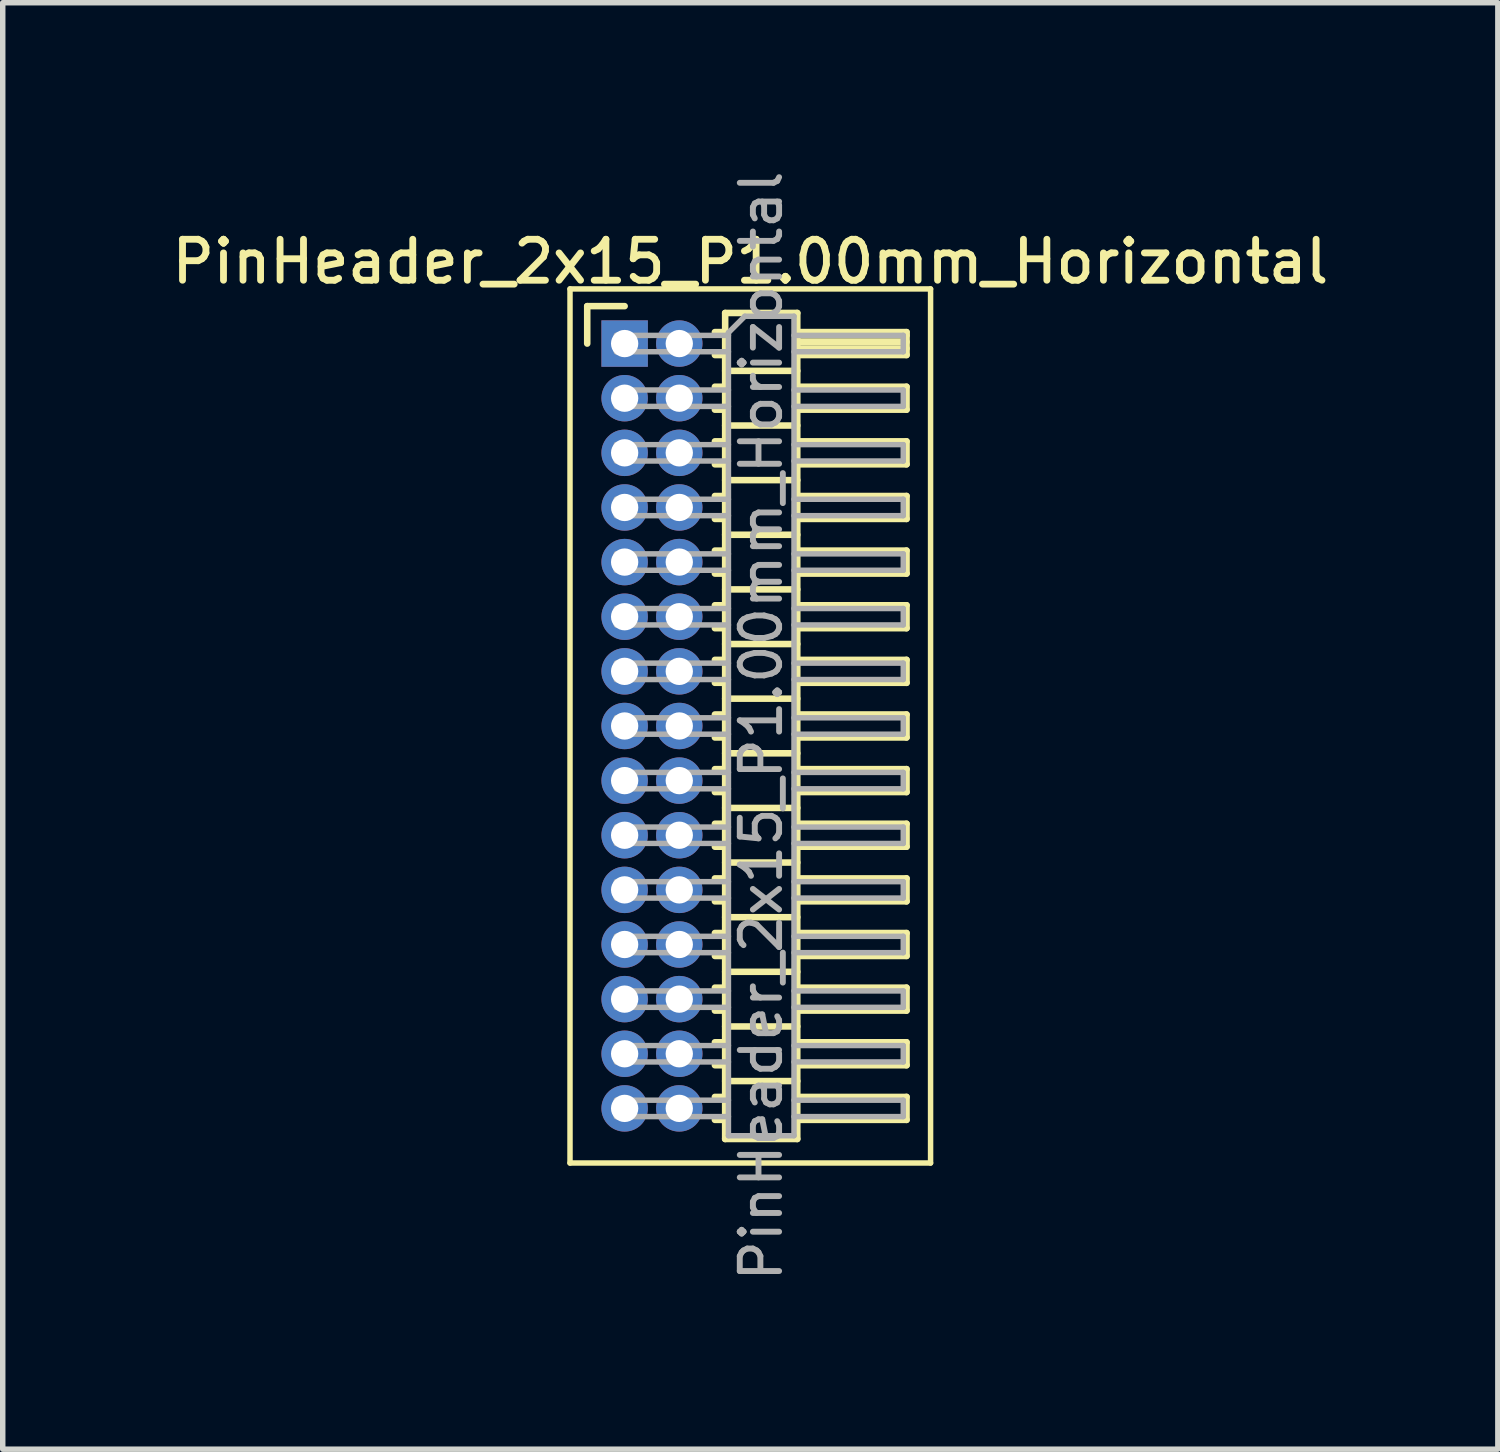
<source format=kicad_pcb>
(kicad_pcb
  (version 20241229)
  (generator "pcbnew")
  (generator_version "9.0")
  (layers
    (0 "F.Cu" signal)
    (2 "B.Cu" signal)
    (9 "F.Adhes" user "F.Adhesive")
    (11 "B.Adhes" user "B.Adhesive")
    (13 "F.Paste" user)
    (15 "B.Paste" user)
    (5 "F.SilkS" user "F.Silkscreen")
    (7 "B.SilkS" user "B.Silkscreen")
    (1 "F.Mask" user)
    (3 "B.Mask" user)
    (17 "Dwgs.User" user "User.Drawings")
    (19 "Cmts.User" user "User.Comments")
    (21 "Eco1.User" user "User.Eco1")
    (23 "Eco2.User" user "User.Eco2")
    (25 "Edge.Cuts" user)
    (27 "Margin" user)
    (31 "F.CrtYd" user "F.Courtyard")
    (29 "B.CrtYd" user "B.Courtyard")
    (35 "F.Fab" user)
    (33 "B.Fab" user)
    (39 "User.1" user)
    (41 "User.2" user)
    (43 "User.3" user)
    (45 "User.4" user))
  (footprint "PinHeader_2x15_P1.00mm_Horizontal"
    (layer "F.Cu")
    (at 8.384 3.239)
    (property "Reference" "PinHeader_2x15_P1.00mm_Horizontal" (at 2.3 -1.5 0) (layer "F.SilkS") (effects (font (size 0.75 0.75) (thickness 0.125))))
    (attr through_hole)
    (fp_line (start -1 -1) (end -1 15) (stroke (width 0.1) (type solid)) (layer "F.SilkS"))
    (fp_line (start -1 15) (end 5.6 15) (stroke (width 0.1) (type solid)) (layer "F.SilkS"))
    (fp_line (start -0.685 -0.685) (end 0 -0.685) (stroke (width 0.12) (type solid)) (layer "F.SilkS"))
    (fp_line (start -0.685 0) (end -0.685 -0.685) (stroke (width 0.12) (type solid)) (layer "F.SilkS"))
    (fp_line (start 1.652 -0.21) (end 1.84 -0.21) (stroke (width 0.12) (type solid)) (layer "F.SilkS"))
    (fp_line (start 1.652 0.21) (end 1.84 0.21) (stroke (width 0.12) (type solid)) (layer "F.SilkS"))
    (fp_line (start 1.652 0.79) (end 1.84 0.79) (stroke (width 0.12) (type solid)) (layer "F.SilkS"))
    (fp_line (start 1.652 1.21) (end 1.84 1.21) (stroke (width 0.12) (type solid)) (layer "F.SilkS"))
    (fp_line (start 1.652 1.79) (end 1.84 1.79) (stroke (width 0.12) (type solid)) (layer "F.SilkS"))
    (fp_line (start 1.652 2.21) (end 1.84 2.21) (stroke (width 0.12) (type solid)) (layer "F.SilkS"))
    (fp_line (start 1.652 2.79) (end 1.84 2.79) (stroke (width 0.12) (type solid)) (layer "F.SilkS"))
    (fp_line (start 1.652 3.21) (end 1.84 3.21) (stroke (width 0.12) (type solid)) (layer "F.SilkS"))
    (fp_line (start 1.652 3.79) (end 1.84 3.79) (stroke (width 0.12) (type solid)) (layer "F.SilkS"))
    (fp_line (start 1.652 4.21) (end 1.84 4.21) (stroke (width 0.12) (type solid)) (layer "F.SilkS"))
    (fp_line (start 1.652 4.79) (end 1.84 4.79) (stroke (width 0.12) (type solid)) (layer "F.SilkS"))
    (fp_line (start 1.652 5.21) (end 1.84 5.21) (stroke (width 0.12) (type solid)) (layer "F.SilkS"))
    (fp_line (start 1.652 5.79) (end 1.84 5.79) (stroke (width 0.12) (type solid)) (layer "F.SilkS"))
    (fp_line (start 1.652 6.21) (end 1.84 6.21) (stroke (width 0.12) (type solid)) (layer "F.SilkS"))
    (fp_line (start 1.652 6.79) (end 1.84 6.79) (stroke (width 0.12) (type solid)) (layer "F.SilkS"))
    (fp_line (start 1.652 7.21) (end 1.84 7.21) (stroke (width 0.12) (type solid)) (layer "F.SilkS"))
    (fp_line (start 1.652 7.79) (end 1.84 7.79) (stroke (width 0.12) (type solid)) (layer "F.SilkS"))
    (fp_line (start 1.652 8.21) (end 1.84 8.21) (stroke (width 0.12) (type solid)) (layer "F.SilkS"))
    (fp_line (start 1.652 8.79) (end 1.84 8.79) (stroke (width 0.12) (type solid)) (layer "F.SilkS"))
    (fp_line (start 1.652 9.21) (end 1.84 9.21) (stroke (width 0.12) (type solid)) (layer "F.SilkS"))
    (fp_line (start 1.652 9.79) (end 1.84 9.79) (stroke (width 0.12) (type solid)) (layer "F.SilkS"))
    (fp_line (start 1.652 10.21) (end 1.84 10.21) (stroke (width 0.12) (type solid)) (layer "F.SilkS"))
    (fp_line (start 1.652 10.79) (end 1.84 10.79) (stroke (width 0.12) (type solid)) (layer "F.SilkS"))
    (fp_line (start 1.652 11.21) (end 1.84 11.21) (stroke (width 0.12) (type solid)) (layer "F.SilkS"))
    (fp_line (start 1.652 11.79) (end 1.84 11.79) (stroke (width 0.12) (type solid)) (layer "F.SilkS"))
    (fp_line (start 1.652 12.21) (end 1.84 12.21) (stroke (width 0.12) (type solid)) (layer "F.SilkS"))
    (fp_line (start 1.652 12.79) (end 1.84 12.79) (stroke (width 0.12) (type solid)) (layer "F.SilkS"))
    (fp_line (start 1.652 13.21) (end 1.84 13.21) (stroke (width 0.12) (type solid)) (layer "F.SilkS"))
    (fp_line (start 1.652 13.79) (end 1.84 13.79) (stroke (width 0.12) (type solid)) (layer "F.SilkS"))
    (fp_line (start 1.652 14.21) (end 1.84 14.21) (stroke (width 0.12) (type solid)) (layer "F.SilkS"))
    (fp_line (start 1.84 -0.56) (end 1.84 14.56) (stroke (width 0.12) (type solid)) (layer "F.SilkS"))
    (fp_line (start 1.84 0.5) (end 3.16 0.5) (stroke (width 0.12) (type solid)) (layer "F.SilkS"))
    (fp_line (start 1.84 1.5) (end 3.16 1.5) (stroke (width 0.12) (type solid)) (layer "F.SilkS"))
    (fp_line (start 1.84 2.5) (end 3.16 2.5) (stroke (width 0.12) (type solid)) (layer "F.SilkS"))
    (fp_line (start 1.84 3.5) (end 3.16 3.5) (stroke (width 0.12) (type solid)) (layer "F.SilkS"))
    (fp_line (start 1.84 4.5) (end 3.16 4.5) (stroke (width 0.12) (type solid)) (layer "F.SilkS"))
    (fp_line (start 1.84 5.5) (end 3.16 5.5) (stroke (width 0.12) (type solid)) (layer "F.SilkS"))
    (fp_line (start 1.84 6.5) (end 3.16 6.5) (stroke (width 0.12) (type solid)) (layer "F.SilkS"))
    (fp_line (start 1.84 7.5) (end 3.16 7.5) (stroke (width 0.12) (type solid)) (layer "F.SilkS"))
    (fp_line (start 1.84 8.5) (end 3.16 8.5) (stroke (width 0.12) (type solid)) (layer "F.SilkS"))
    (fp_line (start 1.84 9.5) (end 3.16 9.5) (stroke (width 0.12) (type solid)) (layer "F.SilkS"))
    (fp_line (start 1.84 10.5) (end 3.16 10.5) (stroke (width 0.12) (type solid)) (layer "F.SilkS"))
    (fp_line (start 1.84 11.5) (end 3.16 11.5) (stroke (width 0.12) (type solid)) (layer "F.SilkS"))
    (fp_line (start 1.84 12.5) (end 3.16 12.5) (stroke (width 0.12) (type solid)) (layer "F.SilkS"))
    (fp_line (start 1.84 13.5) (end 3.16 13.5) (stroke (width 0.12) (type solid)) (layer "F.SilkS"))
    (fp_line (start 1.84 14.56) (end 3.16 14.56) (stroke (width 0.12) (type solid)) (layer "F.SilkS"))
    (fp_line (start 3.16 -0.56) (end 1.84 -0.56) (stroke (width 0.12) (type solid)) (layer "F.SilkS"))
    (fp_line (start 3.16 -0.21) (end 5.16 -0.21) (stroke (width 0.12) (type solid)) (layer "F.SilkS"))
    (fp_line (start 3.16 -0.15) (end 5.16 -0.15) (stroke (width 0.12) (type solid)) (layer "F.SilkS"))
    (fp_line (start 3.16 -0.03) (end 5.16 -0.03) (stroke (width 0.12) (type solid)) (layer "F.SilkS"))
    (fp_line (start 3.16 0.09) (end 5.16 0.09) (stroke (width 0.12) (type solid)) (layer "F.SilkS"))
    (fp_line (start 3.16 0.79) (end 5.16 0.79) (stroke (width 0.12) (type solid)) (layer "F.SilkS"))
    (fp_line (start 3.16 1.79) (end 5.16 1.79) (stroke (width 0.12) (type solid)) (layer "F.SilkS"))
    (fp_line (start 3.16 2.79) (end 5.16 2.79) (stroke (width 0.12) (type solid)) (layer "F.SilkS"))
    (fp_line (start 3.16 3.79) (end 5.16 3.79) (stroke (width 0.12) (type solid)) (layer "F.SilkS"))
    (fp_line (start 3.16 4.79) (end 5.16 4.79) (stroke (width 0.12) (type solid)) (layer "F.SilkS"))
    (fp_line (start 3.16 5.79) (end 5.16 5.79) (stroke (width 0.12) (type solid)) (layer "F.SilkS"))
    (fp_line (start 3.16 6.79) (end 5.16 6.79) (stroke (width 0.12) (type solid)) (layer "F.SilkS"))
    (fp_line (start 3.16 7.79) (end 5.16 7.79) (stroke (width 0.12) (type solid)) (layer "F.SilkS"))
    (fp_line (start 3.16 8.79) (end 5.16 8.79) (stroke (width 0.12) (type solid)) (layer "F.SilkS"))
    (fp_line (start 3.16 9.79) (end 5.16 9.79) (stroke (width 0.12) (type solid)) (layer "F.SilkS"))
    (fp_line (start 3.16 10.79) (end 5.16 10.79) (stroke (width 0.12) (type solid)) (layer "F.SilkS"))
    (fp_line (start 3.16 11.79) (end 5.16 11.79) (stroke (width 0.12) (type solid)) (layer "F.SilkS"))
    (fp_line (start 3.16 12.79) (end 5.16 12.79) (stroke (width 0.12) (type solid)) (layer "F.SilkS"))
    (fp_line (start 3.16 13.79) (end 5.16 13.79) (stroke (width 0.12) (type solid)) (layer "F.SilkS"))
    (fp_line (start 3.16 14.56) (end 3.16 -0.56) (stroke (width 0.12) (type solid)) (layer "F.SilkS"))
    (fp_line (start 5.16 -0.21) (end 5.16 0.21) (stroke (width 0.12) (type solid)) (layer "F.SilkS"))
    (fp_line (start 5.16 0.21) (end 3.16 0.21) (stroke (width 0.12) (type solid)) (layer "F.SilkS"))
    (fp_line (start 5.16 0.79) (end 5.16 1.21) (stroke (width 0.12) (type solid)) (layer "F.SilkS"))
    (fp_line (start 5.16 1.21) (end 3.16 1.21) (stroke (width 0.12) (type solid)) (layer "F.SilkS"))
    (fp_line (start 5.16 1.79) (end 5.16 2.21) (stroke (width 0.12) (type solid)) (layer "F.SilkS"))
    (fp_line (start 5.16 2.21) (end 3.16 2.21) (stroke (width 0.12) (type solid)) (layer "F.SilkS"))
    (fp_line (start 5.16 2.79) (end 5.16 3.21) (stroke (width 0.12) (type solid)) (layer "F.SilkS"))
    (fp_line (start 5.16 3.21) (end 3.16 3.21) (stroke (width 0.12) (type solid)) (layer "F.SilkS"))
    (fp_line (start 5.16 3.79) (end 5.16 4.21) (stroke (width 0.12) (type solid)) (layer "F.SilkS"))
    (fp_line (start 5.16 4.21) (end 3.16 4.21) (stroke (width 0.12) (type solid)) (layer "F.SilkS"))
    (fp_line (start 5.16 4.79) (end 5.16 5.21) (stroke (width 0.12) (type solid)) (layer "F.SilkS"))
    (fp_line (start 5.16 5.21) (end 3.16 5.21) (stroke (width 0.12) (type solid)) (layer "F.SilkS"))
    (fp_line (start 5.16 5.79) (end 5.16 6.21) (stroke (width 0.12) (type solid)) (layer "F.SilkS"))
    (fp_line (start 5.16 6.21) (end 3.16 6.21) (stroke (width 0.12) (type solid)) (layer "F.SilkS"))
    (fp_line (start 5.16 6.79) (end 5.16 7.21) (stroke (width 0.12) (type solid)) (layer "F.SilkS"))
    (fp_line (start 5.16 7.21) (end 3.16 7.21) (stroke (width 0.12) (type solid)) (layer "F.SilkS"))
    (fp_line (start 5.16 7.79) (end 5.16 8.21) (stroke (width 0.12) (type solid)) (layer "F.SilkS"))
    (fp_line (start 5.16 8.21) (end 3.16 8.21) (stroke (width 0.12) (type solid)) (layer "F.SilkS"))
    (fp_line (start 5.16 8.79) (end 5.16 9.21) (stroke (width 0.12) (type solid)) (layer "F.SilkS"))
    (fp_line (start 5.16 9.21) (end 3.16 9.21) (stroke (width 0.12) (type solid)) (layer "F.SilkS"))
    (fp_line (start 5.16 9.79) (end 5.16 10.21) (stroke (width 0.12) (type solid)) (layer "F.SilkS"))
    (fp_line (start 5.16 10.21) (end 3.16 10.21) (stroke (width 0.12) (type solid)) (layer "F.SilkS"))
    (fp_line (start 5.16 10.79) (end 5.16 11.21) (stroke (width 0.12) (type solid)) (layer "F.SilkS"))
    (fp_line (start 5.16 11.21) (end 3.16 11.21) (stroke (width 0.12) (type solid)) (layer "F.SilkS"))
    (fp_line (start 5.16 11.79) (end 5.16 12.21) (stroke (width 0.12) (type solid)) (layer "F.SilkS"))
    (fp_line (start 5.16 12.21) (end 3.16 12.21) (stroke (width 0.12) (type solid)) (layer "F.SilkS"))
    (fp_line (start 5.16 12.79) (end 5.16 13.21) (stroke (width 0.12) (type solid)) (layer "F.SilkS"))
    (fp_line (start 5.16 13.21) (end 3.16 13.21) (stroke (width 0.12) (type solid)) (layer "F.SilkS"))
    (fp_line (start 5.16 13.79) (end 5.16 14.21) (stroke (width 0.12) (type solid)) (layer "F.SilkS"))
    (fp_line (start 5.16 14.21) (end 3.16 14.21) (stroke (width 0.12) (type solid)) (layer "F.SilkS"))
    (fp_line (start 5.6 -1) (end -1 -1) (stroke (width 0.1) (type solid)) (layer "F.SilkS"))
    (fp_line (start 5.6 15) (end 5.6 -1) (stroke (width 0.1) (type solid)) (layer "F.SilkS"))
    (fp_line (start -0.15 -0.15) (end -0.15 0.15) (stroke (width 0.1) (type solid)) (layer "F.Fab"))
    (fp_line (start -0.15 -0.15) (end 1.9 -0.15) (stroke (width 0.1) (type solid)) (layer "F.Fab"))
    (fp_line (start -0.15 0.15) (end 1.9 0.15) (stroke (width 0.1) (type solid)) (layer "F.Fab"))
    (fp_line (start -0.15 0.85) (end -0.15 1.15) (stroke (width 0.1) (type solid)) (layer "F.Fab"))
    (fp_line (start -0.15 0.85) (end 1.9 0.85) (stroke (width 0.1) (type solid)) (layer "F.Fab"))
    (fp_line (start -0.15 1.15) (end 1.9 1.15) (stroke (width 0.1) (type solid)) (layer "F.Fab"))
    (fp_line (start -0.15 1.85) (end -0.15 2.15) (stroke (width 0.1) (type solid)) (layer "F.Fab"))
    (fp_line (start -0.15 1.85) (end 1.9 1.85) (stroke (width 0.1) (type solid)) (layer "F.Fab"))
    (fp_line (start -0.15 2.15) (end 1.9 2.15) (stroke (width 0.1) (type solid)) (layer "F.Fab"))
    (fp_line (start -0.15 2.85) (end -0.15 3.15) (stroke (width 0.1) (type solid)) (layer "F.Fab"))
    (fp_line (start -0.15 2.85) (end 1.9 2.85) (stroke (width 0.1) (type solid)) (layer "F.Fab"))
    (fp_line (start -0.15 3.15) (end 1.9 3.15) (stroke (width 0.1) (type solid)) (layer "F.Fab"))
    (fp_line (start -0.15 3.85) (end -0.15 4.15) (stroke (width 0.1) (type solid)) (layer "F.Fab"))
    (fp_line (start -0.15 3.85) (end 1.9 3.85) (stroke (width 0.1) (type solid)) (layer "F.Fab"))
    (fp_line (start -0.15 4.15) (end 1.9 4.15) (stroke (width 0.1) (type solid)) (layer "F.Fab"))
    (fp_line (start -0.15 4.85) (end -0.15 5.15) (stroke (width 0.1) (type solid)) (layer "F.Fab"))
    (fp_line (start -0.15 4.85) (end 1.9 4.85) (stroke (width 0.1) (type solid)) (layer "F.Fab"))
    (fp_line (start -0.15 5.15) (end 1.9 5.15) (stroke (width 0.1) (type solid)) (layer "F.Fab"))
    (fp_line (start -0.15 5.85) (end -0.15 6.15) (stroke (width 0.1) (type solid)) (layer "F.Fab"))
    (fp_line (start -0.15 5.85) (end 1.9 5.85) (stroke (width 0.1) (type solid)) (layer "F.Fab"))
    (fp_line (start -0.15 6.15) (end 1.9 6.15) (stroke (width 0.1) (type solid)) (layer "F.Fab"))
    (fp_line (start -0.15 6.85) (end -0.15 7.15) (stroke (width 0.1) (type solid)) (layer "F.Fab"))
    (fp_line (start -0.15 6.85) (end 1.9 6.85) (stroke (width 0.1) (type solid)) (layer "F.Fab"))
    (fp_line (start -0.15 7.15) (end 1.9 7.15) (stroke (width 0.1) (type solid)) (layer "F.Fab"))
    (fp_line (start -0.15 7.85) (end -0.15 8.15) (stroke (width 0.1) (type solid)) (layer "F.Fab"))
    (fp_line (start -0.15 7.85) (end 1.9 7.85) (stroke (width 0.1) (type solid)) (layer "F.Fab"))
    (fp_line (start -0.15 8.15) (end 1.9 8.15) (stroke (width 0.1) (type solid)) (layer "F.Fab"))
    (fp_line (start -0.15 8.85) (end -0.15 9.15) (stroke (width 0.1) (type solid)) (layer "F.Fab"))
    (fp_line (start -0.15 8.85) (end 1.9 8.85) (stroke (width 0.1) (type solid)) (layer "F.Fab"))
    (fp_line (start -0.15 9.15) (end 1.9 9.15) (stroke (width 0.1) (type solid)) (layer "F.Fab"))
    (fp_line (start -0.15 9.85) (end -0.15 10.15) (stroke (width 0.1) (type solid)) (layer "F.Fab"))
    (fp_line (start -0.15 9.85) (end 1.9 9.85) (stroke (width 0.1) (type solid)) (layer "F.Fab"))
    (fp_line (start -0.15 10.15) (end 1.9 10.15) (stroke (width 0.1) (type solid)) (layer "F.Fab"))
    (fp_line (start -0.15 10.85) (end -0.15 11.15) (stroke (width 0.1) (type solid)) (layer "F.Fab"))
    (fp_line (start -0.15 10.85) (end 1.9 10.85) (stroke (width 0.1) (type solid)) (layer "F.Fab"))
    (fp_line (start -0.15 11.15) (end 1.9 11.15) (stroke (width 0.1) (type solid)) (layer "F.Fab"))
    (fp_line (start -0.15 11.85) (end -0.15 12.15) (stroke (width 0.1) (type solid)) (layer "F.Fab"))
    (fp_line (start -0.15 11.85) (end 1.9 11.85) (stroke (width 0.1) (type solid)) (layer "F.Fab"))
    (fp_line (start -0.15 12.15) (end 1.9 12.15) (stroke (width 0.1) (type solid)) (layer "F.Fab"))
    (fp_line (start -0.15 12.85) (end -0.15 13.15) (stroke (width 0.1) (type solid)) (layer "F.Fab"))
    (fp_line (start -0.15 12.85) (end 1.9 12.85) (stroke (width 0.1) (type solid)) (layer "F.Fab"))
    (fp_line (start -0.15 13.15) (end 1.9 13.15) (stroke (width 0.1) (type solid)) (layer "F.Fab"))
    (fp_line (start -0.15 13.85) (end -0.15 14.15) (stroke (width 0.1) (type solid)) (layer "F.Fab"))
    (fp_line (start -0.15 13.85) (end 1.9 13.85) (stroke (width 0.1) (type solid)) (layer "F.Fab"))
    (fp_line (start -0.15 14.15) (end 1.9 14.15) (stroke (width 0.1) (type solid)) (layer "F.Fab"))
    (fp_line (start 1.9 -0.2) (end 2.2 -0.5) (stroke (width 0.1) (type solid)) (layer "F.Fab"))
    (fp_line (start 1.9 14.5) (end 1.9 -0.2) (stroke (width 0.1) (type solid)) (layer "F.Fab"))
    (fp_line (start 2.2 -0.5) (end 3.1 -0.5) (stroke (width 0.1) (type solid)) (layer "F.Fab"))
    (fp_line (start 3.1 -0.5) (end 3.1 14.5) (stroke (width 0.1) (type solid)) (layer "F.Fab"))
    (fp_line (start 3.1 -0.15) (end 5.1 -0.15) (stroke (width 0.1) (type solid)) (layer "F.Fab"))
    (fp_line (start 3.1 0.15) (end 5.1 0.15) (stroke (width 0.1) (type solid)) (layer "F.Fab"))
    (fp_line (start 3.1 0.85) (end 5.1 0.85) (stroke (width 0.1) (type solid)) (layer "F.Fab"))
    (fp_line (start 3.1 1.15) (end 5.1 1.15) (stroke (width 0.1) (type solid)) (layer "F.Fab"))
    (fp_line (start 3.1 1.85) (end 5.1 1.85) (stroke (width 0.1) (type solid)) (layer "F.Fab"))
    (fp_line (start 3.1 2.15) (end 5.1 2.15) (stroke (width 0.1) (type solid)) (layer "F.Fab"))
    (fp_line (start 3.1 2.85) (end 5.1 2.85) (stroke (width 0.1) (type solid)) (layer "F.Fab"))
    (fp_line (start 3.1 3.15) (end 5.1 3.15) (stroke (width 0.1) (type solid)) (layer "F.Fab"))
    (fp_line (start 3.1 3.85) (end 5.1 3.85) (stroke (width 0.1) (type solid)) (layer "F.Fab"))
    (fp_line (start 3.1 4.15) (end 5.1 4.15) (stroke (width 0.1) (type solid)) (layer "F.Fab"))
    (fp_line (start 3.1 4.85) (end 5.1 4.85) (stroke (width 0.1) (type solid)) (layer "F.Fab"))
    (fp_line (start 3.1 5.15) (end 5.1 5.15) (stroke (width 0.1) (type solid)) (layer "F.Fab"))
    (fp_line (start 3.1 5.85) (end 5.1 5.85) (stroke (width 0.1) (type solid)) (layer "F.Fab"))
    (fp_line (start 3.1 6.15) (end 5.1 6.15) (stroke (width 0.1) (type solid)) (layer "F.Fab"))
    (fp_line (start 3.1 6.85) (end 5.1 6.85) (stroke (width 0.1) (type solid)) (layer "F.Fab"))
    (fp_line (start 3.1 7.15) (end 5.1 7.15) (stroke (width 0.1) (type solid)) (layer "F.Fab"))
    (fp_line (start 3.1 7.85) (end 5.1 7.85) (stroke (width 0.1) (type solid)) (layer "F.Fab"))
    (fp_line (start 3.1 8.15) (end 5.1 8.15) (stroke (width 0.1) (type solid)) (layer "F.Fab"))
    (fp_line (start 3.1 8.85) (end 5.1 8.85) (stroke (width 0.1) (type solid)) (layer "F.Fab"))
    (fp_line (start 3.1 9.15) (end 5.1 9.15) (stroke (width 0.1) (type solid)) (layer "F.Fab"))
    (fp_line (start 3.1 9.85) (end 5.1 9.85) (stroke (width 0.1) (type solid)) (layer "F.Fab"))
    (fp_line (start 3.1 10.15) (end 5.1 10.15) (stroke (width 0.1) (type solid)) (layer "F.Fab"))
    (fp_line (start 3.1 10.85) (end 5.1 10.85) (stroke (width 0.1) (type solid)) (layer "F.Fab"))
    (fp_line (start 3.1 11.15) (end 5.1 11.15) (stroke (width 0.1) (type solid)) (layer "F.Fab"))
    (fp_line (start 3.1 11.85) (end 5.1 11.85) (stroke (width 0.1) (type solid)) (layer "F.Fab"))
    (fp_line (start 3.1 12.15) (end 5.1 12.15) (stroke (width 0.1) (type solid)) (layer "F.Fab"))
    (fp_line (start 3.1 12.85) (end 5.1 12.85) (stroke (width 0.1) (type solid)) (layer "F.Fab"))
    (fp_line (start 3.1 13.15) (end 5.1 13.15) (stroke (width 0.1) (type solid)) (layer "F.Fab"))
    (fp_line (start 3.1 13.85) (end 5.1 13.85) (stroke (width 0.1) (type solid)) (layer "F.Fab"))
    (fp_line (start 3.1 14.15) (end 5.1 14.15) (stroke (width 0.1) (type solid)) (layer "F.Fab"))
    (fp_line (start 3.1 14.5) (end 1.9 14.5) (stroke (width 0.1) (type solid)) (layer "F.Fab"))
    (fp_line (start 5.1 -0.15) (end 5.1 0.15) (stroke (width 0.1) (type solid)) (layer "F.Fab"))
    (fp_line (start 5.1 0.85) (end 5.1 1.15) (stroke (width 0.1) (type solid)) (layer "F.Fab"))
    (fp_line (start 5.1 1.85) (end 5.1 2.15) (stroke (width 0.1) (type solid)) (layer "F.Fab"))
    (fp_line (start 5.1 2.85) (end 5.1 3.15) (stroke (width 0.1) (type solid)) (layer "F.Fab"))
    (fp_line (start 5.1 3.85) (end 5.1 4.15) (stroke (width 0.1) (type solid)) (layer "F.Fab"))
    (fp_line (start 5.1 4.85) (end 5.1 5.15) (stroke (width 0.1) (type solid)) (layer "F.Fab"))
    (fp_line (start 5.1 5.85) (end 5.1 6.15) (stroke (width 0.1) (type solid)) (layer "F.Fab"))
    (fp_line (start 5.1 6.85) (end 5.1 7.15) (stroke (width 0.1) (type solid)) (layer "F.Fab"))
    (fp_line (start 5.1 7.85) (end 5.1 8.15) (stroke (width 0.1) (type solid)) (layer "F.Fab"))
    (fp_line (start 5.1 8.85) (end 5.1 9.15) (stroke (width 0.1) (type solid)) (layer "F.Fab"))
    (fp_line (start 5.1 9.85) (end 5.1 10.15) (stroke (width 0.1) (type solid)) (layer "F.Fab"))
    (fp_line (start 5.1 10.85) (end 5.1 11.15) (stroke (width 0.1) (type solid)) (layer "F.Fab"))
    (fp_line (start 5.1 11.85) (end 5.1 12.15) (stroke (width 0.1) (type solid)) (layer "F.Fab"))
    (fp_line (start 5.1 12.85) (end 5.1 13.15) (stroke (width 0.1) (type solid)) (layer "F.Fab"))
    (fp_line (start 5.1 13.85) (end 5.1 14.15) (stroke (width 0.1) (type solid)) (layer "F.Fab"))
    (fp_text user "${REFERENCE}" (at 2.5 7 90) (layer "F.Fab") (effects (font (size 0.72 0.72) (thickness 0.108))))
    (pad "1" thru_hole rect (at 0 0) (size 0.85 0.85) (drill 0.5) (layers "*.Cu" "*.Mask"))
    (pad "2" thru_hole oval (at 1 0) (size 0.85 0.85) (drill 0.5) (layers "*.Cu" "*.Mask"))
    (pad "3" thru_hole oval (at 0 1) (size 0.85 0.85) (drill 0.5) (layers "*.Cu" "*.Mask"))
    (pad "4" thru_hole oval (at 1 1) (size 0.85 0.85) (drill 0.5) (layers "*.Cu" "*.Mask"))
    (pad "5" thru_hole oval (at 0 2) (size 0.85 0.85) (drill 0.5) (layers "*.Cu" "*.Mask"))
    (pad "6" thru_hole oval (at 1 2) (size 0.85 0.85) (drill 0.5) (layers "*.Cu" "*.Mask"))
    (pad "7" thru_hole oval (at 0 3) (size 0.85 0.85) (drill 0.5) (layers "*.Cu" "*.Mask"))
    (pad "8" thru_hole oval (at 1 3) (size 0.85 0.85) (drill 0.5) (layers "*.Cu" "*.Mask"))
    (pad "9" thru_hole oval (at 0 4) (size 0.85 0.85) (drill 0.5) (layers "*.Cu" "*.Mask"))
    (pad "10" thru_hole oval (at 1 4) (size 0.85 0.85) (drill 0.5) (layers "*.Cu" "*.Mask"))
    (pad "11" thru_hole oval (at 0 5) (size 0.85 0.85) (drill 0.5) (layers "*.Cu" "*.Mask"))
    (pad "12" thru_hole oval (at 1 5) (size 0.85 0.85) (drill 0.5) (layers "*.Cu" "*.Mask"))
    (pad "13" thru_hole oval (at 0 6) (size 0.85 0.85) (drill 0.5) (layers "*.Cu" "*.Mask"))
    (pad "14" thru_hole oval (at 1 6) (size 0.85 0.85) (drill 0.5) (layers "*.Cu" "*.Mask"))
    (pad "15" thru_hole oval (at 0 7) (size 0.85 0.85) (drill 0.5) (layers "*.Cu" "*.Mask"))
    (pad "16" thru_hole oval (at 1 7) (size 0.85 0.85) (drill 0.5) (layers "*.Cu" "*.Mask"))
    (pad "17" thru_hole oval (at 0 8) (size 0.85 0.85) (drill 0.5) (layers "*.Cu" "*.Mask"))
    (pad "18" thru_hole oval (at 1 8) (size 0.85 0.85) (drill 0.5) (layers "*.Cu" "*.Mask"))
    (pad "19" thru_hole oval (at 0 9) (size 0.85 0.85) (drill 0.5) (layers "*.Cu" "*.Mask"))
    (pad "20" thru_hole oval (at 1 9) (size 0.85 0.85) (drill 0.5) (layers "*.Cu" "*.Mask"))
    (pad "21" thru_hole oval (at 0 10) (size 0.85 0.85) (drill 0.5) (layers "*.Cu" "*.Mask"))
    (pad "22" thru_hole oval (at 1 10) (size 0.85 0.85) (drill 0.5) (layers "*.Cu" "*.Mask"))
    (pad "23" thru_hole oval (at 0 11) (size 0.85 0.85) (drill 0.5) (layers "*.Cu" "*.Mask"))
    (pad "24" thru_hole oval (at 1 11) (size 0.85 0.85) (drill 0.5) (layers "*.Cu" "*.Mask"))
    (pad "25" thru_hole oval (at 0 12) (size 0.85 0.85) (drill 0.5) (layers "*.Cu" "*.Mask"))
    (pad "26" thru_hole oval (at 1 12) (size 0.85 0.85) (drill 0.5) (layers "*.Cu" "*.Mask"))
    (pad "27" thru_hole oval (at 0 13) (size 0.85 0.85) (drill 0.5) (layers "*.Cu" "*.Mask"))
    (pad "28" thru_hole oval (at 1 13) (size 0.85 0.85) (drill 0.5) (layers "*.Cu" "*.Mask"))
    (pad "29" thru_hole oval (at 0 14) (size 0.85 0.85) (drill 0.5) (layers "*.Cu" "*.Mask"))
    (pad "30" thru_hole oval (at 1 14) (size 0.85 0.85) (drill 0.5) (layers "*.Cu" "*.Mask")))
  (gr_rect
    (start -3 -3)
    (end 24.368 23.477)
    (stroke (width 0.1) (type default))
    (fill no)
    (layer "Edge.Cuts")))
</source>
